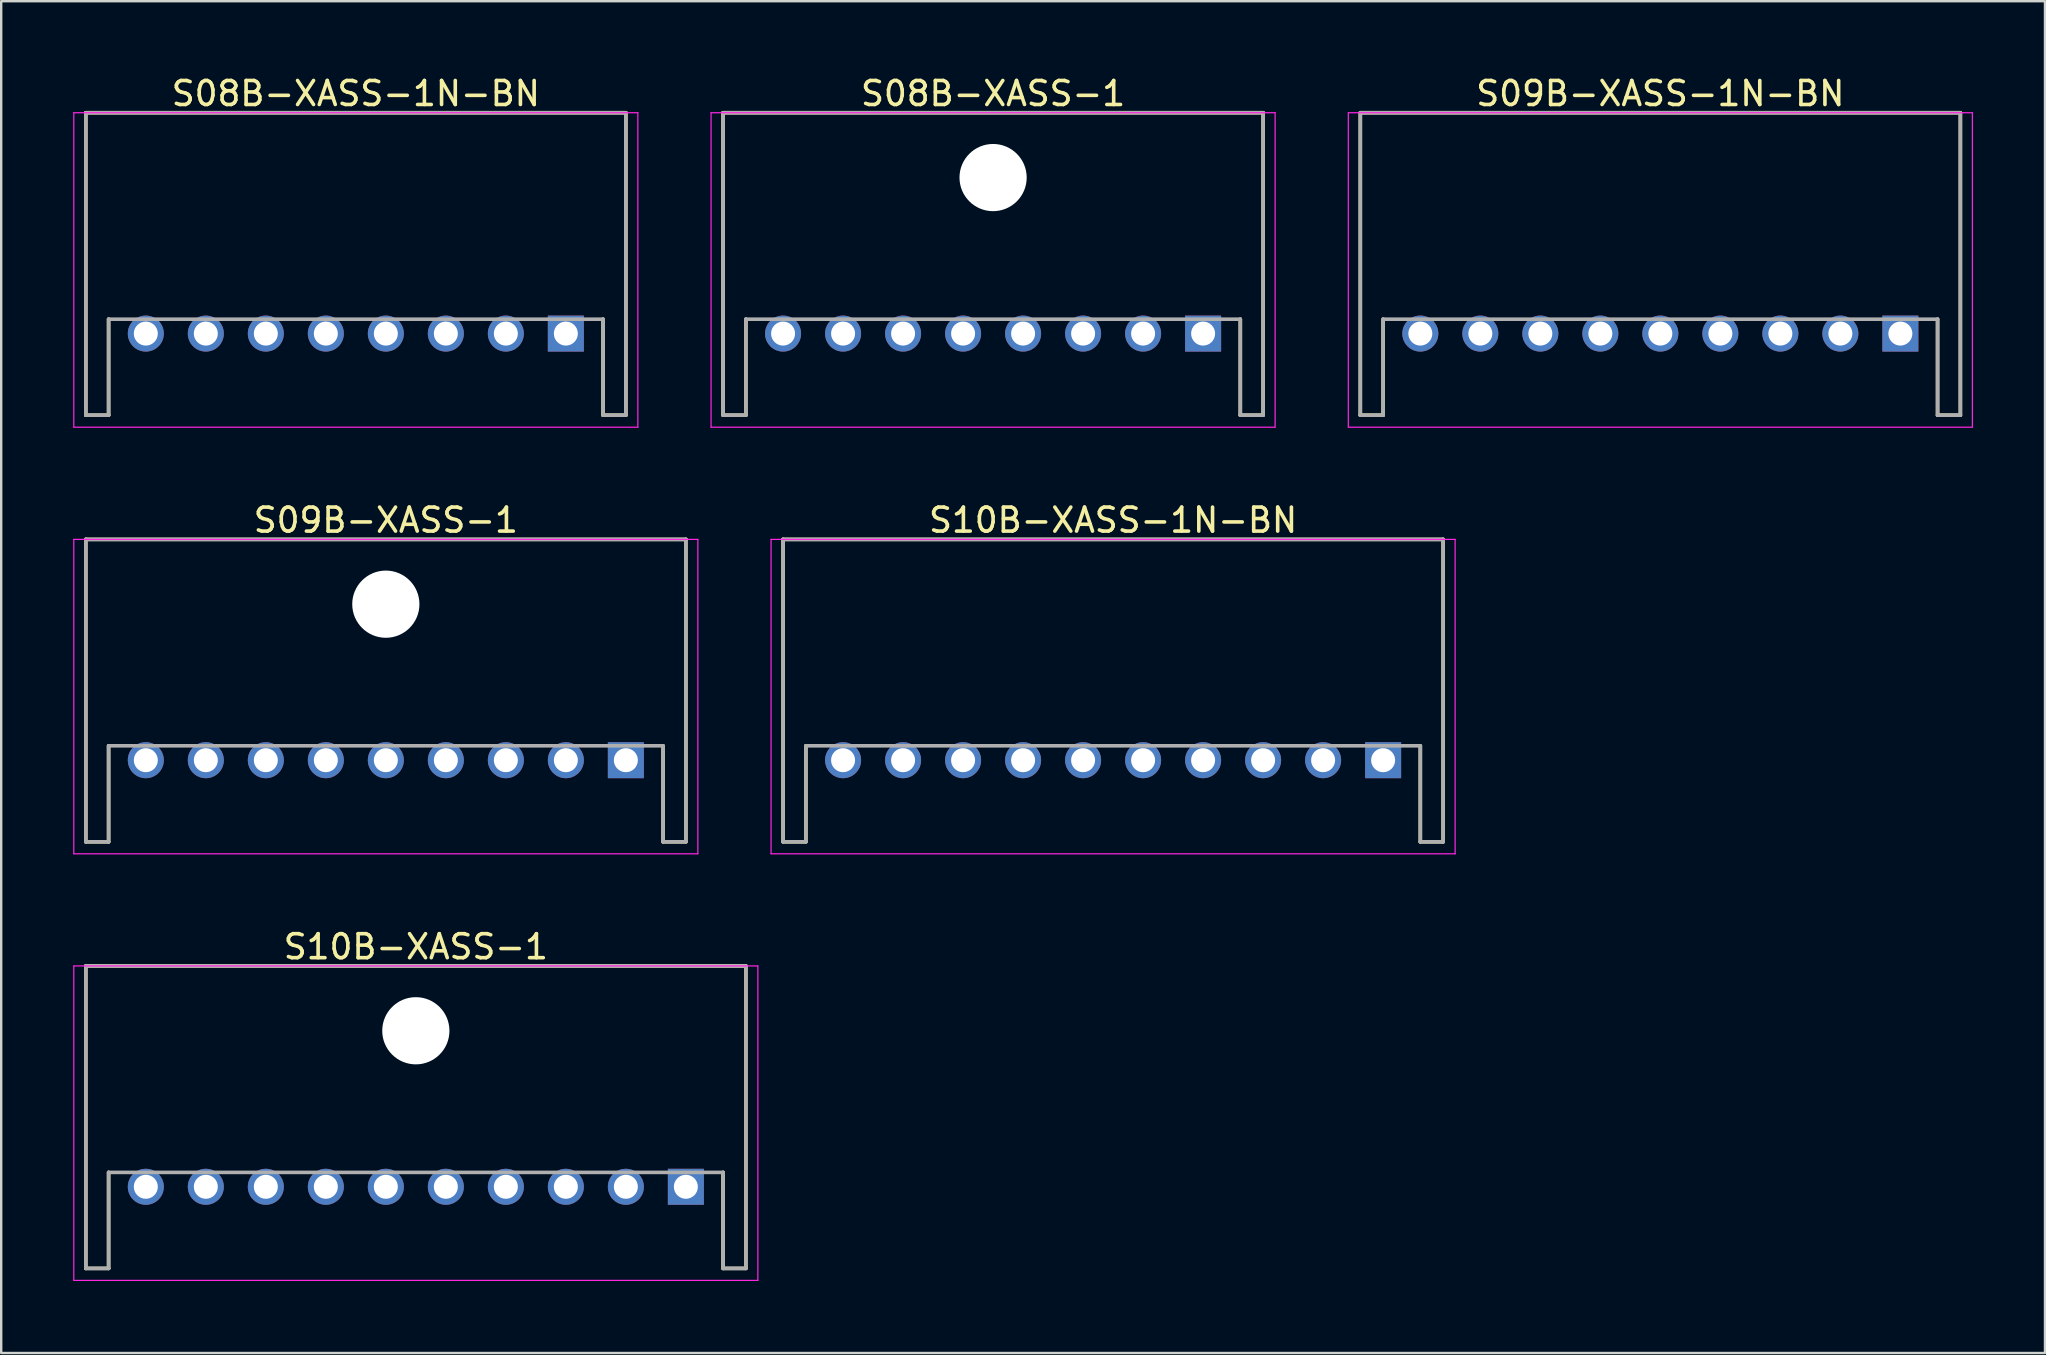
<source format=kicad_pcb>
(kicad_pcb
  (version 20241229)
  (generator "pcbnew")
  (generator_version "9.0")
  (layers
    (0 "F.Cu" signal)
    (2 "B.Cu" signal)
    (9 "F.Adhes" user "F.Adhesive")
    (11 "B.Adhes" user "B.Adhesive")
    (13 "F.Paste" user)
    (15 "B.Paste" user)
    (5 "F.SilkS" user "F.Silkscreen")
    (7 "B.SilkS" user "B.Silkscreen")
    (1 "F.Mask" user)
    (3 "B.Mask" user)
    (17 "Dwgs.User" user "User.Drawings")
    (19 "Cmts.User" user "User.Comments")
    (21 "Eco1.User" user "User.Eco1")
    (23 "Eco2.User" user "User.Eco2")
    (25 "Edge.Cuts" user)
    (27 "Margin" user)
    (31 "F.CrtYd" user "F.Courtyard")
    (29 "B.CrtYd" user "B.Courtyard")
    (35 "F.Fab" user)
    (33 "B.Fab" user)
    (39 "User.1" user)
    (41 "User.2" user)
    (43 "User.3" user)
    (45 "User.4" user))
  (footprint "S09B-XASS-1N-BN"
    (layer "F.Cu")
    (at 66.125 10.848)
    (property "Reference" "S09B-XASS-1N-BN" (at 0 -10 0) (layer "F.SilkS") (effects (font (size 1 1) (thickness 0.15))))
    (attr smd)
    (fp_line (start -12.5 -9.2) (end -12.5 3.4) (stroke (width 0.15) (type solid)) (layer "F.SilkS"))
    (fp_line (start -12.5 -9.2) (end 12.5 -9.2) (stroke (width 0.15) (type solid)) (layer "F.SilkS"))
    (fp_line (start -12.5 3.4) (end -11.55 3.4) (stroke (width 0.15) (type solid)) (layer "F.SilkS"))
    (fp_line (start -11.55 -0.6) (end -11.55 3.4) (stroke (width 0.15) (type solid)) (layer "F.SilkS"))
    (fp_line (start 11.55 -0.6) (end 11.55 3.4) (stroke (width 0.15) (type solid)) (layer "F.SilkS"))
    (fp_line (start 11.55 3.4) (end 12.5 3.4) (stroke (width 0.15) (type solid)) (layer "F.SilkS"))
    (fp_line (start 12.5 -9.2) (end 12.5 3.4) (stroke (width 0.15) (type solid)) (layer "F.SilkS"))
    (fp_line (start -13 -9.2) (end -13 3.9) (stroke (width 0.05) (type solid)) (layer "F.CrtYd"))
    (fp_line (start -13 -9.2) (end 13 -9.2) (stroke (width 0.05) (type solid)) (layer "F.CrtYd"))
    (fp_line (start -13 3.9) (end 13 3.9) (stroke (width 0.05) (type solid)) (layer "F.CrtYd"))
    (fp_line (start 13 -9.2) (end 13 3.9) (stroke (width 0.05) (type solid)) (layer "F.CrtYd"))
    (fp_line (start -12.5 -9.2) (end -12.5 3.4) (stroke (width 0.15) (type solid)) (layer "F.Fab"))
    (fp_line (start -12.5 -9.2) (end 12.5 -9.2) (stroke (width 0.15) (type solid)) (layer "F.Fab"))
    (fp_line (start -12.5 3.4) (end -11.55 3.4) (stroke (width 0.15) (type solid)) (layer "F.Fab"))
    (fp_line (start -11.55 -0.6) (end -11.55 3.4) (stroke (width 0.15) (type solid)) (layer "F.Fab"))
    (fp_line (start -11.55 -0.6) (end 11.55 -0.6) (stroke (width 0.15) (type solid)) (layer "F.Fab"))
    (fp_line (start 11.55 -0.6) (end 11.55 3.4) (stroke (width 0.15) (type solid)) (layer "F.Fab"))
    (fp_line (start 11.55 3.4) (end 12.5 3.4) (stroke (width 0.15) (type solid)) (layer "F.Fab"))
    (fp_line (start 12.5 -9.2) (end 12.5 3.4) (stroke (width 0.15) (type solid)) (layer "F.Fab"))
    (pad "1" thru_hole rect (at 10 0 180) (size 1.5 1.5) (drill 1) (layers "*.Cu" "*.Mask"))
    (pad "2" thru_hole circle (at 7.5 0 180) (size 1.5 1.5) (drill 1) (layers "*.Cu" "*.Mask"))
    (pad "3" thru_hole circle (at 5 0 180) (size 1.5 1.5) (drill 1) (layers "*.Cu" "*.Mask"))
    (pad "4" thru_hole circle (at 2.5 0 180) (size 1.5 1.5) (drill 1) (layers "*.Cu" "*.Mask"))
    (pad "5" thru_hole circle (at 0 0 180) (size 1.5 1.5) (drill 1) (layers "*.Cu" "*.Mask"))
    (pad "6" thru_hole circle (at -2.5 0 180) (size 1.5 1.5) (drill 1) (layers "*.Cu" "*.Mask"))
    (pad "7" thru_hole circle (at -5 0 180) (size 1.5 1.5) (drill 1) (layers "*.Cu" "*.Mask"))
    (pad "8" thru_hole circle (at -7.5 0 180) (size 1.5 1.5) (drill 1) (layers "*.Cu" "*.Mask"))
    (pad "9" thru_hole circle (at -10 0 180) (size 1.5 1.5) (drill 1) (layers "*.Cu" "*.Mask")))
  (footprint "S08B-XASS-1N-BN"
    (layer "F.Cu")
    (at 11.775 10.848)
    (property "Reference" "S08B-XASS-1N-BN" (at 0 -10 0) (layer "F.SilkS") (effects (font (size 1 1) (thickness 0.15))))
    (attr smd)
    (fp_line (start -11.25 -9.2) (end -11.25 3.4) (stroke (width 0.15) (type solid)) (layer "F.SilkS"))
    (fp_line (start -11.25 -9.2) (end 11.25 -9.2) (stroke (width 0.15) (type solid)) (layer "F.SilkS"))
    (fp_line (start -11.25 3.4) (end -10.3 3.4) (stroke (width 0.15) (type solid)) (layer "F.SilkS"))
    (fp_line (start -10.3 -0.6) (end -10.3 3.4) (stroke (width 0.15) (type solid)) (layer "F.SilkS"))
    (fp_line (start 10.3 -0.6) (end 10.3 3.4) (stroke (width 0.15) (type solid)) (layer "F.SilkS"))
    (fp_line (start 10.3 3.4) (end 11.25 3.4) (stroke (width 0.15) (type solid)) (layer "F.SilkS"))
    (fp_line (start 11.25 -9.2) (end 11.25 3.4) (stroke (width 0.15) (type solid)) (layer "F.SilkS"))
    (fp_line (start -11.75 -9.2) (end -11.75 3.9) (stroke (width 0.05) (type solid)) (layer "F.CrtYd"))
    (fp_line (start -11.75 -9.2) (end 11.75 -9.2) (stroke (width 0.05) (type solid)) (layer "F.CrtYd"))
    (fp_line (start -11.75 3.9) (end 11.75 3.9) (stroke (width 0.05) (type solid)) (layer "F.CrtYd"))
    (fp_line (start 11.75 -9.2) (end 11.75 3.9) (stroke (width 0.05) (type solid)) (layer "F.CrtYd"))
    (fp_line (start -11.25 -9.2) (end -11.25 3.4) (stroke (width 0.15) (type solid)) (layer "F.Fab"))
    (fp_line (start -11.25 -9.2) (end 11.25 -9.2) (stroke (width 0.15) (type solid)) (layer "F.Fab"))
    (fp_line (start -11.25 3.4) (end -10.3 3.4) (stroke (width 0.15) (type solid)) (layer "F.Fab"))
    (fp_line (start -10.3 -0.6) (end -10.3 3.4) (stroke (width 0.15) (type solid)) (layer "F.Fab"))
    (fp_line (start -10.3 -0.6) (end 10.3 -0.6) (stroke (width 0.15) (type solid)) (layer "F.Fab"))
    (fp_line (start 10.3 -0.6) (end 10.3 3.4) (stroke (width 0.15) (type solid)) (layer "F.Fab"))
    (fp_line (start 10.3 3.4) (end 11.25 3.4) (stroke (width 0.15) (type solid)) (layer "F.Fab"))
    (fp_line (start 11.25 -9.2) (end 11.25 3.4) (stroke (width 0.15) (type solid)) (layer "F.Fab"))
    (pad "1" thru_hole rect (at 8.75 0 180) (size 1.5 1.5) (drill 1) (layers "*.Cu" "*.Mask"))
    (pad "2" thru_hole circle (at 6.25 0 180) (size 1.5 1.5) (drill 1) (layers "*.Cu" "*.Mask"))
    (pad "3" thru_hole circle (at 3.75 0 180) (size 1.5 1.5) (drill 1) (layers "*.Cu" "*.Mask"))
    (pad "4" thru_hole circle (at 1.25 0 180) (size 1.5 1.5) (drill 1) (layers "*.Cu" "*.Mask"))
    (pad "5" thru_hole circle (at -1.25 0 180) (size 1.5 1.5) (drill 1) (layers "*.Cu" "*.Mask"))
    (pad "6" thru_hole circle (at -3.75 0 180) (size 1.5 1.5) (drill 1) (layers "*.Cu" "*.Mask"))
    (pad "7" thru_hole circle (at -6.25 0 180) (size 1.5 1.5) (drill 1) (layers "*.Cu" "*.Mask"))
    (pad "8" thru_hole circle (at -8.75 0 180) (size 1.5 1.5) (drill 1) (layers "*.Cu" "*.Mask")))
  (footprint "S10B-XASS-1"
    (layer "F.Cu")
    (at 14.275 46.395)
    (property "Reference" "S10B-XASS-1" (at 0 -10 0) (layer "F.SilkS") (effects (font (size 1 1) (thickness 0.15))))
    (attr smd)
    (fp_line (start -13.75 -9.2) (end -13.75 3.4) (stroke (width 0.15) (type solid)) (layer "F.SilkS"))
    (fp_line (start -13.75 -9.2) (end 13.75 -9.2) (stroke (width 0.15) (type solid)) (layer "F.SilkS"))
    (fp_line (start -13.75 3.4) (end -12.8 3.4) (stroke (width 0.15) (type solid)) (layer "F.SilkS"))
    (fp_line (start -12.8 -0.6) (end -12.8 3.4) (stroke (width 0.15) (type solid)) (layer "F.SilkS"))
    (fp_line (start 12.8 -0.6) (end 12.8 3.4) (stroke (width 0.15) (type solid)) (layer "F.SilkS"))
    (fp_line (start 12.8 3.4) (end 13.75 3.4) (stroke (width 0.15) (type solid)) (layer "F.SilkS"))
    (fp_line (start 13.75 -9.2) (end 13.75 3.4) (stroke (width 0.15) (type solid)) (layer "F.SilkS"))
    (fp_line (start -14.25 -9.2) (end -14.25 3.9) (stroke (width 0.05) (type solid)) (layer "F.CrtYd"))
    (fp_line (start -14.25 -9.2) (end 14.25 -9.2) (stroke (width 0.05) (type solid)) (layer "F.CrtYd"))
    (fp_line (start -14.25 3.9) (end 14.25 3.9) (stroke (width 0.05) (type solid)) (layer "F.CrtYd"))
    (fp_line (start 14.25 -9.2) (end 14.25 3.9) (stroke (width 0.05) (type solid)) (layer "F.CrtYd"))
    (fp_line (start -13.75 -9.2) (end -13.75 3.4) (stroke (width 0.15) (type solid)) (layer "F.Fab"))
    (fp_line (start -13.75 -9.2) (end 13.75 -9.2) (stroke (width 0.15) (type solid)) (layer "F.Fab"))
    (fp_line (start -13.75 3.4) (end -12.8 3.4) (stroke (width 0.15) (type solid)) (layer "F.Fab"))
    (fp_line (start -12.8 -0.6) (end -12.8 3.4) (stroke (width 0.15) (type solid)) (layer "F.Fab"))
    (fp_line (start -12.8 -0.6) (end 12.8 -0.6) (stroke (width 0.15) (type solid)) (layer "F.Fab"))
    (fp_line (start 12.8 -0.6) (end 12.8 3.4) (stroke (width 0.15) (type solid)) (layer "F.Fab"))
    (fp_line (start 12.8 3.4) (end 13.75 3.4) (stroke (width 0.15) (type solid)) (layer "F.Fab"))
    (fp_line (start 13.75 -9.2) (end 13.75 3.4) (stroke (width 0.15) (type solid)) (layer "F.Fab"))
    (pad "" np_thru_hole circle (at 0 -6.5) (size 2.8 2.8) (drill 2.8) (layers "*.Cu" "*.Mask"))
    (pad "1" thru_hole rect (at 11.25 0 180) (size 1.5 1.5) (drill 1) (layers "*.Cu" "*.Mask"))
    (pad "2" thru_hole circle (at 8.75 0 180) (size 1.5 1.5) (drill 1) (layers "*.Cu" "*.Mask"))
    (pad "3" thru_hole circle (at 6.25 0 180) (size 1.5 1.5) (drill 1) (layers "*.Cu" "*.Mask"))
    (pad "4" thru_hole circle (at 3.75 0 180) (size 1.5 1.5) (drill 1) (layers "*.Cu" "*.Mask"))
    (pad "5" thru_hole circle (at 1.25 0 180) (size 1.5 1.5) (drill 1) (layers "*.Cu" "*.Mask"))
    (pad "6" thru_hole circle (at -1.25 0 180) (size 1.5 1.5) (drill 1) (layers "*.Cu" "*.Mask"))
    (pad "7" thru_hole circle (at -3.75 0 180) (size 1.5 1.5) (drill 1) (layers "*.Cu" "*.Mask"))
    (pad "8" thru_hole circle (at -6.25 0 180) (size 1.5 1.5) (drill 1) (layers "*.Cu" "*.Mask"))
    (pad "9" thru_hole circle (at -8.75 0 180) (size 1.5 1.5) (drill 1) (layers "*.Cu" "*.Mask"))
    (pad "10" thru_hole circle (at -11.25 0 180) (size 1.5 1.5) (drill 1) (layers "*.Cu" "*.Mask")))
  (footprint "S09B-XASS-1"
    (layer "F.Cu")
    (at 13.025 28.622)
    (property "Reference" "S09B-XASS-1" (at 0 -10 0) (layer "F.SilkS") (effects (font (size 1 1) (thickness 0.15))))
    (attr smd)
    (fp_line (start -12.5 -9.2) (end -12.5 3.4) (stroke (width 0.15) (type solid)) (layer "F.SilkS"))
    (fp_line (start -12.5 -9.2) (end 12.5 -9.2) (stroke (width 0.15) (type solid)) (layer "F.SilkS"))
    (fp_line (start -12.5 3.4) (end -11.55 3.4) (stroke (width 0.15) (type solid)) (layer "F.SilkS"))
    (fp_line (start -11.55 -0.6) (end -11.55 3.4) (stroke (width 0.15) (type solid)) (layer "F.SilkS"))
    (fp_line (start 11.55 -0.6) (end 11.55 3.4) (stroke (width 0.15) (type solid)) (layer "F.SilkS"))
    (fp_line (start 11.55 3.4) (end 12.5 3.4) (stroke (width 0.15) (type solid)) (layer "F.SilkS"))
    (fp_line (start 12.5 -9.2) (end 12.5 3.4) (stroke (width 0.15) (type solid)) (layer "F.SilkS"))
    (fp_line (start -13 -9.2) (end -13 3.9) (stroke (width 0.05) (type solid)) (layer "F.CrtYd"))
    (fp_line (start -13 -9.2) (end 13 -9.2) (stroke (width 0.05) (type solid)) (layer "F.CrtYd"))
    (fp_line (start -13 3.9) (end 13 3.9) (stroke (width 0.05) (type solid)) (layer "F.CrtYd"))
    (fp_line (start 13 -9.2) (end 13 3.9) (stroke (width 0.05) (type solid)) (layer "F.CrtYd"))
    (fp_line (start -12.5 -9.2) (end -12.5 3.4) (stroke (width 0.15) (type solid)) (layer "F.Fab"))
    (fp_line (start -12.5 -9.2) (end 12.5 -9.2) (stroke (width 0.15) (type solid)) (layer "F.Fab"))
    (fp_line (start -12.5 3.4) (end -11.55 3.4) (stroke (width 0.15) (type solid)) (layer "F.Fab"))
    (fp_line (start -11.55 -0.6) (end -11.55 3.4) (stroke (width 0.15) (type solid)) (layer "F.Fab"))
    (fp_line (start -11.55 -0.6) (end 11.55 -0.6) (stroke (width 0.15) (type solid)) (layer "F.Fab"))
    (fp_line (start 11.55 -0.6) (end 11.55 3.4) (stroke (width 0.15) (type solid)) (layer "F.Fab"))
    (fp_line (start 11.55 3.4) (end 12.5 3.4) (stroke (width 0.15) (type solid)) (layer "F.Fab"))
    (fp_line (start 12.5 -9.2) (end 12.5 3.4) (stroke (width 0.15) (type solid)) (layer "F.Fab"))
    (pad "" np_thru_hole circle (at 0 -6.5) (size 2.8 2.8) (drill 2.8) (layers "*.Cu" "*.Mask"))
    (pad "1" thru_hole rect (at 10 0 180) (size 1.5 1.5) (drill 1) (layers "*.Cu" "*.Mask"))
    (pad "2" thru_hole circle (at 7.5 0 180) (size 1.5 1.5) (drill 1) (layers "*.Cu" "*.Mask"))
    (pad "3" thru_hole circle (at 5 0 180) (size 1.5 1.5) (drill 1) (layers "*.Cu" "*.Mask"))
    (pad "4" thru_hole circle (at 2.5 0 180) (size 1.5 1.5) (drill 1) (layers "*.Cu" "*.Mask"))
    (pad "5" thru_hole circle (at 0 0 180) (size 1.5 1.5) (drill 1) (layers "*.Cu" "*.Mask"))
    (pad "6" thru_hole circle (at -2.5 0 180) (size 1.5 1.5) (drill 1) (layers "*.Cu" "*.Mask"))
    (pad "7" thru_hole circle (at -5 0 180) (size 1.5 1.5) (drill 1) (layers "*.Cu" "*.Mask"))
    (pad "8" thru_hole circle (at -7.5 0 180) (size 1.5 1.5) (drill 1) (layers "*.Cu" "*.Mask"))
    (pad "9" thru_hole circle (at -10 0 180) (size 1.5 1.5) (drill 1) (layers "*.Cu" "*.Mask")))
  (footprint "S08B-XASS-1"
    (layer "F.Cu")
    (at 38.325 10.848)
    (property "Reference" "S08B-XASS-1" (at 0 -10 0) (layer "F.SilkS") (effects (font (size 1 1) (thickness 0.15))))
    (attr smd)
    (fp_line (start -11.25 -9.2) (end -11.25 3.4) (stroke (width 0.15) (type solid)) (layer "F.SilkS"))
    (fp_line (start -11.25 -9.2) (end 11.25 -9.2) (stroke (width 0.15) (type solid)) (layer "F.SilkS"))
    (fp_line (start -11.25 3.4) (end -10.3 3.4) (stroke (width 0.15) (type solid)) (layer "F.SilkS"))
    (fp_line (start -10.3 -0.6) (end -10.3 3.4) (stroke (width 0.15) (type solid)) (layer "F.SilkS"))
    (fp_line (start 10.3 -0.6) (end 10.3 3.4) (stroke (width 0.15) (type solid)) (layer "F.SilkS"))
    (fp_line (start 10.3 3.4) (end 11.25 3.4) (stroke (width 0.15) (type solid)) (layer "F.SilkS"))
    (fp_line (start 11.25 -9.2) (end 11.25 3.4) (stroke (width 0.15) (type solid)) (layer "F.SilkS"))
    (fp_line (start -11.75 -9.2) (end -11.75 3.9) (stroke (width 0.05) (type solid)) (layer "F.CrtYd"))
    (fp_line (start -11.75 -9.2) (end 11.75 -9.2) (stroke (width 0.05) (type solid)) (layer "F.CrtYd"))
    (fp_line (start -11.75 3.9) (end 11.75 3.9) (stroke (width 0.05) (type solid)) (layer "F.CrtYd"))
    (fp_line (start 11.75 -9.2) (end 11.75 3.9) (stroke (width 0.05) (type solid)) (layer "F.CrtYd"))
    (fp_line (start -11.25 -9.2) (end -11.25 3.4) (stroke (width 0.15) (type solid)) (layer "F.Fab"))
    (fp_line (start -11.25 -9.2) (end 11.25 -9.2) (stroke (width 0.15) (type solid)) (layer "F.Fab"))
    (fp_line (start -11.25 3.4) (end -10.3 3.4) (stroke (width 0.15) (type solid)) (layer "F.Fab"))
    (fp_line (start -10.3 -0.6) (end -10.3 3.4) (stroke (width 0.15) (type solid)) (layer "F.Fab"))
    (fp_line (start -10.3 -0.6) (end 10.3 -0.6) (stroke (width 0.15) (type solid)) (layer "F.Fab"))
    (fp_line (start 10.3 -0.6) (end 10.3 3.4) (stroke (width 0.15) (type solid)) (layer "F.Fab"))
    (fp_line (start 10.3 3.4) (end 11.25 3.4) (stroke (width 0.15) (type solid)) (layer "F.Fab"))
    (fp_line (start 11.25 -9.2) (end 11.25 3.4) (stroke (width 0.15) (type solid)) (layer "F.Fab"))
    (pad "" np_thru_hole circle (at 0 -6.5) (size 2.8 2.8) (drill 2.8) (layers "*.Cu" "*.Mask"))
    (pad "1" thru_hole rect (at 8.75 0 180) (size 1.5 1.5) (drill 1) (layers "*.Cu" "*.Mask"))
    (pad "2" thru_hole circle (at 6.25 0 180) (size 1.5 1.5) (drill 1) (layers "*.Cu" "*.Mask"))
    (pad "3" thru_hole circle (at 3.75 0 180) (size 1.5 1.5) (drill 1) (layers "*.Cu" "*.Mask"))
    (pad "4" thru_hole circle (at 1.25 0 180) (size 1.5 1.5) (drill 1) (layers "*.Cu" "*.Mask"))
    (pad "5" thru_hole circle (at -1.25 0 180) (size 1.5 1.5) (drill 1) (layers "*.Cu" "*.Mask"))
    (pad "6" thru_hole circle (at -3.75 0 180) (size 1.5 1.5) (drill 1) (layers "*.Cu" "*.Mask"))
    (pad "7" thru_hole circle (at -6.25 0 180) (size 1.5 1.5) (drill 1) (layers "*.Cu" "*.Mask"))
    (pad "8" thru_hole circle (at -8.75 0 180) (size 1.5 1.5) (drill 1) (layers "*.Cu" "*.Mask")))
  (footprint "S10B-XASS-1N-BN"
    (layer "F.Cu")
    (at 43.325 28.622)
    (property "Reference" "S10B-XASS-1N-BN" (at 0 -10 0) (layer "F.SilkS") (effects (font (size 1 1) (thickness 0.15))))
    (attr smd)
    (fp_line (start -13.75 -9.2) (end -13.75 3.4) (stroke (width 0.15) (type solid)) (layer "F.SilkS"))
    (fp_line (start -13.75 -9.2) (end 13.75 -9.2) (stroke (width 0.15) (type solid)) (layer "F.SilkS"))
    (fp_line (start -13.75 3.4) (end -12.8 3.4) (stroke (width 0.15) (type solid)) (layer "F.SilkS"))
    (fp_line (start -12.8 -0.6) (end -12.8 3.4) (stroke (width 0.15) (type solid)) (layer "F.SilkS"))
    (fp_line (start 12.8 -0.6) (end 12.8 3.4) (stroke (width 0.15) (type solid)) (layer "F.SilkS"))
    (fp_line (start 12.8 3.4) (end 13.75 3.4) (stroke (width 0.15) (type solid)) (layer "F.SilkS"))
    (fp_line (start 13.75 -9.2) (end 13.75 3.4) (stroke (width 0.15) (type solid)) (layer "F.SilkS"))
    (fp_line (start -14.25 -9.2) (end -14.25 3.9) (stroke (width 0.05) (type solid)) (layer "F.CrtYd"))
    (fp_line (start -14.25 -9.2) (end 14.25 -9.2) (stroke (width 0.05) (type solid)) (layer "F.CrtYd"))
    (fp_line (start -14.25 3.9) (end 14.25 3.9) (stroke (width 0.05) (type solid)) (layer "F.CrtYd"))
    (fp_line (start 14.25 -9.2) (end 14.25 3.9) (stroke (width 0.05) (type solid)) (layer "F.CrtYd"))
    (fp_line (start -13.75 -9.2) (end -13.75 3.4) (stroke (width 0.15) (type solid)) (layer "F.Fab"))
    (fp_line (start -13.75 -9.2) (end 13.75 -9.2) (stroke (width 0.15) (type solid)) (layer "F.Fab"))
    (fp_line (start -13.75 3.4) (end -12.8 3.4) (stroke (width 0.15) (type solid)) (layer "F.Fab"))
    (fp_line (start -12.8 -0.6) (end -12.8 3.4) (stroke (width 0.15) (type solid)) (layer "F.Fab"))
    (fp_line (start -12.8 -0.6) (end 12.8 -0.6) (stroke (width 0.15) (type solid)) (layer "F.Fab"))
    (fp_line (start 12.8 -0.6) (end 12.8 3.4) (stroke (width 0.15) (type solid)) (layer "F.Fab"))
    (fp_line (start 12.8 3.4) (end 13.75 3.4) (stroke (width 0.15) (type solid)) (layer "F.Fab"))
    (fp_line (start 13.75 -9.2) (end 13.75 3.4) (stroke (width 0.15) (type solid)) (layer "F.Fab"))
    (pad "1" thru_hole rect (at 11.25 0 180) (size 1.5 1.5) (drill 1) (layers "*.Cu" "*.Mask"))
    (pad "2" thru_hole circle (at 8.75 0 180) (size 1.5 1.5) (drill 1) (layers "*.Cu" "*.Mask"))
    (pad "3" thru_hole circle (at 6.25 0 180) (size 1.5 1.5) (drill 1) (layers "*.Cu" "*.Mask"))
    (pad "4" thru_hole circle (at 3.75 0 180) (size 1.5 1.5) (drill 1) (layers "*.Cu" "*.Mask"))
    (pad "5" thru_hole circle (at 1.25 0 180) (size 1.5 1.5) (drill 1) (layers "*.Cu" "*.Mask"))
    (pad "6" thru_hole circle (at -1.25 0 180) (size 1.5 1.5) (drill 1) (layers "*.Cu" "*.Mask"))
    (pad "7" thru_hole circle (at -3.75 0 180) (size 1.5 1.5) (drill 1) (layers "*.Cu" "*.Mask"))
    (pad "8" thru_hole circle (at -6.25 0 180) (size 1.5 1.5) (drill 1) (layers "*.Cu" "*.Mask"))
    (pad "9" thru_hole circle (at -8.75 0 180) (size 1.5 1.5) (drill 1) (layers "*.Cu" "*.Mask"))
    (pad "10" thru_hole circle (at -11.25 0 180) (size 1.5 1.5) (drill 1) (layers "*.Cu" "*.Mask")))
  (gr_rect
    (start -3 -3)
    (end 82.15 53.32)
    (stroke (width 0.1) (type default))
    (fill no)
    (layer "Edge.Cuts")))
</source>
